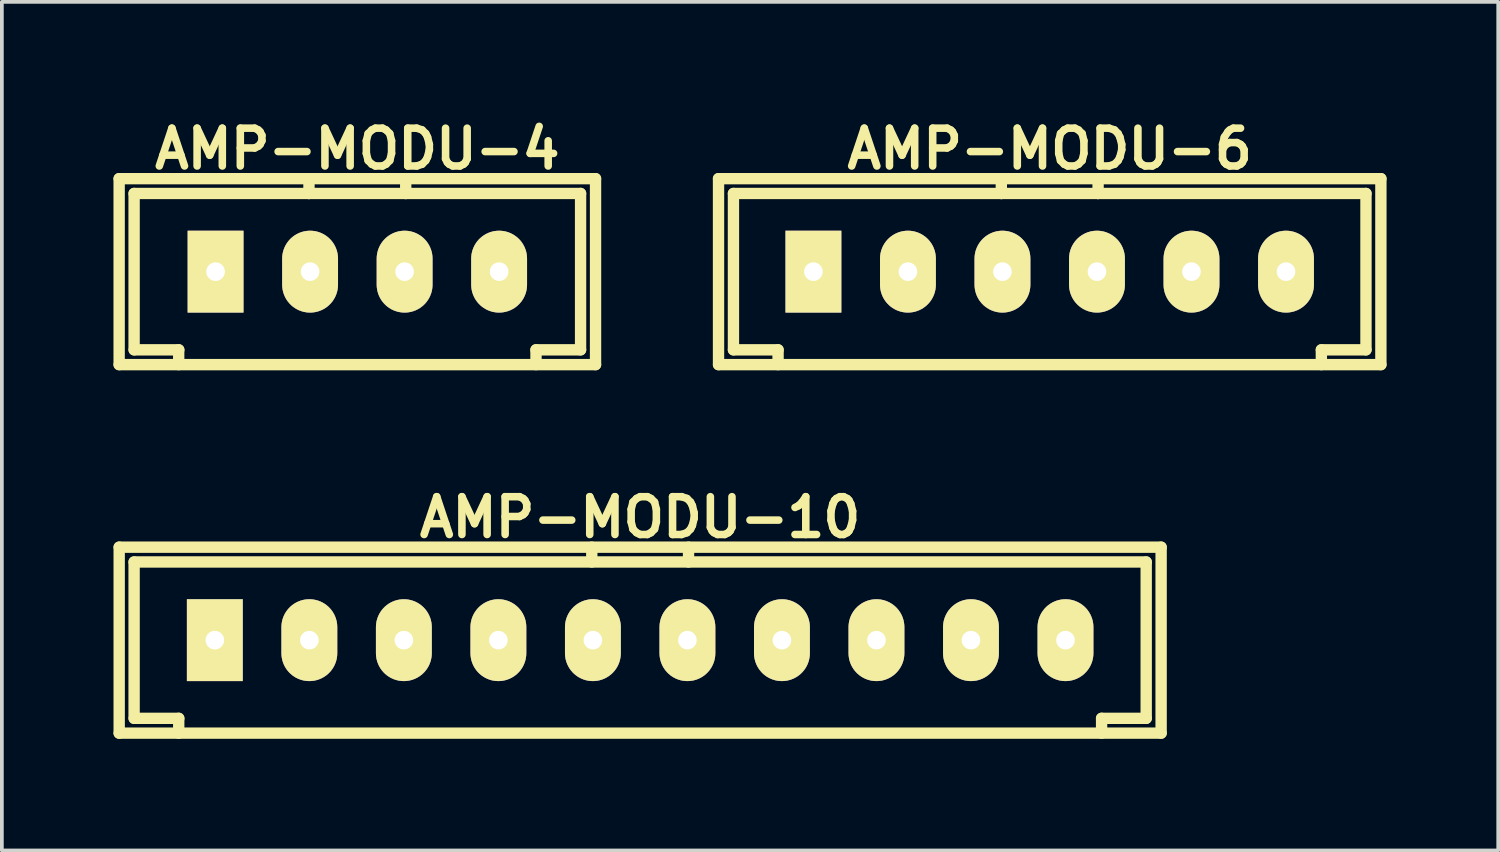
<source format=kicad_pcb>
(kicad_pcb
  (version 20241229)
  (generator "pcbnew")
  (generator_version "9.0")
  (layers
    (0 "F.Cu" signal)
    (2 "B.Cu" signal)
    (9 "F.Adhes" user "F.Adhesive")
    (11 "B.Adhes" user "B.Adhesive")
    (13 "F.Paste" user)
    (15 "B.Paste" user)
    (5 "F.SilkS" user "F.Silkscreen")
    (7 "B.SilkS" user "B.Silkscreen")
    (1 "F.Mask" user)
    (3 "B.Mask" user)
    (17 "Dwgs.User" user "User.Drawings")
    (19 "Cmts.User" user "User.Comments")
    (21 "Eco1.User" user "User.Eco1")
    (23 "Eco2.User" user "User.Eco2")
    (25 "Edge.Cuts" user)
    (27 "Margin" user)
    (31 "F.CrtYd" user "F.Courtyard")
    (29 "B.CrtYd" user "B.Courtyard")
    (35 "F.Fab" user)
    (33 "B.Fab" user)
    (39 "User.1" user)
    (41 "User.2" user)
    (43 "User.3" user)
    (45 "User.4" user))
  (footprint "AMP-MODU-6"
    (layer "F.Cu")
    (at 25.159 4.25)
    (property "Reference" "AMP-MODU-6" (at 0 -3.299 0) (layer "F.SilkS") (effects (font (size 1.016 1.016) (thickness 0.203))))
    (attr through_hole)
    (fp_line (start -8.9 2.499) (end -8.9 -2.499) (stroke (width 0.305) (type solid)) (layer "F.SilkS"))
    (fp_line (start -8.499 -2.101) (end -8.499 2.101) (stroke (width 0.305) (type solid)) (layer "F.SilkS"))
    (fp_line (start -7.3 2.101) (end -8.499 2.101) (stroke (width 0.305) (type solid)) (layer "F.SilkS"))
    (fp_line (start -7.3 2.101) (end -7.3 2.499) (stroke (width 0.305) (type solid)) (layer "F.SilkS"))
    (fp_line (start -1.3 -2.101) (end -8.499 -2.101) (stroke (width 0.305) (type solid)) (layer "F.SilkS"))
    (fp_line (start -1.3 -2.101) (end -1.3 -2.499) (stroke (width 0.305) (type solid)) (layer "F.SilkS"))
    (fp_line (start -1.3 -2.101) (end 1.3 -2.101) (stroke (width 0.305) (type solid)) (layer "F.SilkS"))
    (fp_line (start 1.3 -2.499) (end 1.3 -2.101) (stroke (width 0.305) (type solid)) (layer "F.SilkS"))
    (fp_line (start 7.3 2.499) (end 7.3 2.101) (stroke (width 0.305) (type solid)) (layer "F.SilkS"))
    (fp_line (start 8.499 -2.101) (end 1.3 -2.101) (stroke (width 0.305) (type solid)) (layer "F.SilkS"))
    (fp_line (start 8.499 2.101) (end 7.3 2.101) (stroke (width 0.305) (type solid)) (layer "F.SilkS"))
    (fp_line (start 8.499 2.101) (end 8.499 -2.101) (stroke (width 0.305) (type solid)) (layer "F.SilkS"))
    (fp_line (start 8.9 -2.499) (end -8.9 -2.499) (stroke (width 0.305) (type solid)) (layer "F.SilkS"))
    (fp_line (start 8.9 -2.499) (end 8.9 2.499) (stroke (width 0.305) (type solid)) (layer "F.SilkS"))
    (fp_line (start 8.9 2.499) (end -8.9 2.499) (stroke (width 0.305) (type solid)) (layer "F.SilkS"))
    (pad "1" thru_hole rect (at -6.35 0) (size 1.501 2.2) (drill 0.5) (layers "*.Cu" "*.Mask" "F.SilkS"))
    (pad "2" thru_hole oval (at -3.81 0) (size 1.501 2.2) (drill 0.5) (layers "*.Cu" "*.Mask" "F.SilkS"))
    (pad "3" thru_hole oval (at -1.27 0) (size 1.501 2.2) (drill 0.5) (layers "*.Cu" "*.Mask" "F.SilkS"))
    (pad "4" thru_hole oval (at 1.27 0) (size 1.501 2.2) (drill 0.5) (layers "*.Cu" "*.Mask" "F.SilkS"))
    (pad "5" thru_hole oval (at 3.81 0) (size 1.501 2.2) (drill 0.5) (layers "*.Cu" "*.Mask" "F.SilkS"))
    (pad "6" thru_hole oval (at 6.35 0) (size 1.501 2.2) (drill 0.5) (layers "*.Cu" "*.Mask" "F.SilkS")))
  (footprint "AMP-MODU-4"
    (layer "F.Cu")
    (at 6.553 4.25)
    (property "Reference" "AMP-MODU-4" (at 0 -3.299 0) (layer "F.SilkS") (effects (font (size 1.016 1.016) (thickness 0.203))))
    (attr through_hole)
    (fp_line (start -6.401 -2.499) (end 6.401 -2.499) (stroke (width 0.305) (type solid)) (layer "F.SilkS"))
    (fp_line (start -6.401 2.499) (end -6.401 -2.499) (stroke (width 0.305) (type solid)) (layer "F.SilkS"))
    (fp_line (start -5.999 -2.101) (end -5.999 2.101) (stroke (width 0.305) (type solid)) (layer "F.SilkS"))
    (fp_line (start -4.801 2.101) (end -4.801 2.499) (stroke (width 0.305) (type solid)) (layer "F.SilkS"))
    (fp_line (start -4.798 2.101) (end -5.997 2.101) (stroke (width 0.305) (type solid)) (layer "F.SilkS"))
    (fp_line (start -1.3 -2.101) (end -5.999 -2.101) (stroke (width 0.305) (type solid)) (layer "F.SilkS"))
    (fp_line (start -1.3 -2.101) (end -1.3 -2.499) (stroke (width 0.305) (type solid)) (layer "F.SilkS"))
    (fp_line (start -1.3 -2.101) (end 1.3 -2.101) (stroke (width 0.305) (type solid)) (layer "F.SilkS"))
    (fp_line (start 1.3 -2.499) (end 1.3 -2.101) (stroke (width 0.305) (type solid)) (layer "F.SilkS"))
    (fp_line (start 4.801 2.499) (end 4.801 2.101) (stroke (width 0.305) (type solid)) (layer "F.SilkS"))
    (fp_line (start 5.999 -2.101) (end 1.3 -2.101) (stroke (width 0.305) (type solid)) (layer "F.SilkS"))
    (fp_line (start 5.999 2.101) (end 4.801 2.101) (stroke (width 0.305) (type solid)) (layer "F.SilkS"))
    (fp_line (start 5.999 2.101) (end 5.999 -2.101) (stroke (width 0.305) (type solid)) (layer "F.SilkS"))
    (fp_line (start 6.401 -2.499) (end 6.401 2.499) (stroke (width 0.305) (type solid)) (layer "F.SilkS"))
    (fp_line (start 6.401 2.499) (end -6.401 2.499) (stroke (width 0.305) (type solid)) (layer "F.SilkS"))
    (pad "1" thru_hole rect (at -3.81 0) (size 1.501 2.2) (drill 0.5) (layers "*.Cu" "*.Mask" "F.SilkS"))
    (pad "2" thru_hole oval (at -1.27 0) (size 1.501 2.2) (drill 0.5) (layers "*.Cu" "*.Mask" "F.SilkS"))
    (pad "3" thru_hole oval (at 1.27 0) (size 1.501 2.2) (drill 0.5) (layers "*.Cu" "*.Mask" "F.SilkS"))
    (pad "4" thru_hole oval (at 3.81 0) (size 1.501 2.2) (drill 0.5) (layers "*.Cu" "*.Mask" "F.SilkS")))
  (footprint "AMP-MODU-10"
    (layer "F.Cu")
    (at 14.153 14.153)
    (property "Reference" "AMP-MODU-10" (at 0 -3.299 0) (layer "F.SilkS") (effects (font (size 1.016 1.016) (thickness 0.203))))
    (attr through_hole)
    (fp_line (start -14 -2.499) (end 14 -2.499) (stroke (width 0.305) (type solid)) (layer "F.SilkS"))
    (fp_line (start -14 2.499) (end -14 -2.499) (stroke (width 0.305) (type solid)) (layer "F.SilkS"))
    (fp_line (start -13.599 -2.101) (end -13.599 2.101) (stroke (width 0.305) (type solid)) (layer "F.SilkS"))
    (fp_line (start -13.599 -2.101) (end 13.599 -2.101) (stroke (width 0.305) (type solid)) (layer "F.SilkS"))
    (fp_line (start -12.4 2.101) (end -12.4 2.499) (stroke (width 0.305) (type solid)) (layer "F.SilkS"))
    (fp_line (start -12.398 2.101) (end -13.597 2.101) (stroke (width 0.305) (type solid)) (layer "F.SilkS"))
    (fp_line (start -1.3 -2.101) (end -1.3 -2.499) (stroke (width 0.305) (type solid)) (layer "F.SilkS"))
    (fp_line (start 1.3 -2.499) (end 1.3 -2.101) (stroke (width 0.305) (type solid)) (layer "F.SilkS"))
    (fp_line (start 12.4 2.499) (end 12.4 2.101) (stroke (width 0.305) (type solid)) (layer "F.SilkS"))
    (fp_line (start 13.599 2.101) (end 12.4 2.101) (stroke (width 0.305) (type solid)) (layer "F.SilkS"))
    (fp_line (start 13.599 2.101) (end 13.599 -2.101) (stroke (width 0.305) (type solid)) (layer "F.SilkS"))
    (fp_line (start 14 -2.499) (end 14 2.499) (stroke (width 0.305) (type solid)) (layer "F.SilkS"))
    (fp_line (start 14 2.499) (end -14 2.499) (stroke (width 0.305) (type solid)) (layer "F.SilkS"))
    (pad "1" thru_hole rect (at -11.43 0) (size 1.501 2.2) (drill 0.5) (layers "*.Cu" "*.Mask" "F.SilkS"))
    (pad "2" thru_hole oval (at -8.89 0) (size 1.501 2.2) (drill 0.5) (layers "*.Cu" "*.Mask" "F.SilkS"))
    (pad "3" thru_hole oval (at -6.35 0) (size 1.501 2.2) (drill 0.5) (layers "*.Cu" "*.Mask" "F.SilkS"))
    (pad "4" thru_hole oval (at -3.81 0) (size 1.501 2.2) (drill 0.5) (layers "*.Cu" "*.Mask" "F.SilkS"))
    (pad "5" thru_hole oval (at -1.27 0) (size 1.501 2.2) (drill 0.5) (layers "*.Cu" "*.Mask" "F.SilkS"))
    (pad "6" thru_hole oval (at 1.27 0) (size 1.501 2.2) (drill 0.5) (layers "*.Cu" "*.Mask" "F.SilkS"))
    (pad "7" thru_hole oval (at 3.81 0) (size 1.501 2.2) (drill 0.5) (layers "*.Cu" "*.Mask" "F.SilkS"))
    (pad "8" thru_hole oval (at 6.35 0) (size 1.501 2.2) (drill 0.5) (layers "*.Cu" "*.Mask" "F.SilkS"))
    (pad "9" thru_hole oval (at 8.89 0) (size 1.501 2.2) (drill 0.5) (layers "*.Cu" "*.Mask" "F.SilkS"))
    (pad "10" thru_hole oval (at 11.43 0) (size 1.501 2.2) (drill 0.5) (layers "*.Cu" "*.Mask" "F.SilkS")))
  (gr_rect
    (start -3 -3)
    (end 37.212 19.804)
    (stroke (width 0.1) (type default))
    (fill no)
    (layer "Edge.Cuts")))
</source>
